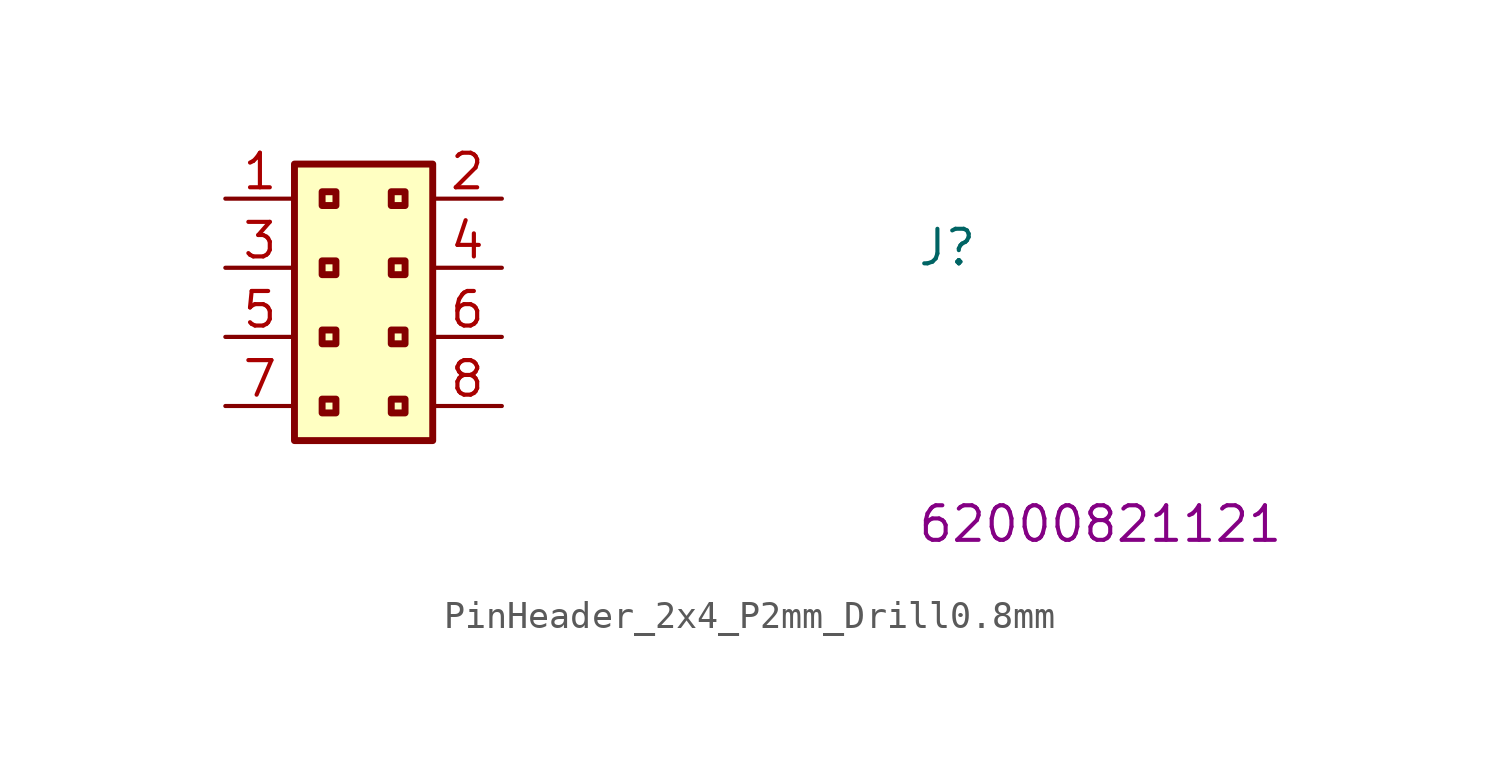
<source format=kicad_sym>
(kicad_symbol_lib
  (version 20220914)
  (generator kicad_symbol_editor)
  (symbol "PinHeader_2x4_P2mm_Drill0.8mm"
    (property "Reference" "J"
      (at 25.4 -2.54 0)
      (effects (font (size 1.27 1.27) (thickness 0.15)) (justify left bottom)))
    (property "MPN" "62000821121"
      (at 25.4 -12.7 0)
      (effects (font (size 1.27 1.27) (thickness 0.15)) (justify left bottom)))
    (symbol "PinHeader_2x4_P2mm_Drill0.8mm_1_1"
      (rectangle (start 2.54 1.27) (end 7.62 -8.89) (stroke (width 0.254) (type default)) (fill (type background)))
      (rectangle (start 3.556 -7.366) (end 4.064 -7.874) (stroke (width 0.254) (type default)) (fill (type background)))
      (rectangle (start 3.556 -4.826) (end 4.064 -5.334) (stroke (width 0.254) (type default)) (fill (type background)))
      (rectangle (start 3.556 -2.286) (end 4.064 -2.794) (stroke (width 0.254) (type default)) (fill (type background)))
      (rectangle (start 3.556 0.254) (end 4.064 -0.254) (stroke (width 0.254) (type default)) (fill (type background)))
      (rectangle (start 6.096 -7.366) (end 6.604 -7.874) (stroke (width 0.254) (type default)) (fill (type background)))
      (rectangle (start 6.096 -4.826) (end 6.604 -5.334) (stroke (width 0.254) (type default)) (fill (type background)))
      (rectangle (start 6.096 -2.286) (end 6.604 -2.794) (stroke (width 0.254) (type default)) (fill (type background)))
      (rectangle (start 6.096 0.254) (end 6.604 -0.254) (stroke (width 0.254) (type default)) (fill (type background)))
      (pin passive line (at 0 0 0) (length 2.54) (name "~" (effects (font (size 1.27 1.27)))) (number "1" (effects (font (size 1.27 1.27)))))
      (pin passive line (at 10.16 0 180) (length 2.54) (name "~" (effects (font (size 1.27 1.27)))) (number "2" (effects (font (size 1.27 1.27)))))
      (pin passive line (at 0 -2.54 0) (length 2.54) (name "~" (effects (font (size 1.27 1.27)))) (number "3" (effects (font (size 1.27 1.27)))))
      (pin passive line (at 10.16 -2.54 180) (length 2.54) (name "~" (effects (font (size 1.27 1.27)))) (number "4" (effects (font (size 1.27 1.27)))))
      (pin passive line (at 0 -5.08 0) (length 2.54) (name "~" (effects (font (size 1.27 1.27)))) (number "5" (effects (font (size 1.27 1.27)))))
      (pin passive line (at 10.16 -5.08 180) (length 2.54) (name "~" (effects (font (size 1.27 1.27)))) (number "6" (effects (font (size 1.27 1.27)))))
      (pin passive line (at 0 -7.62 0) (length 2.54) (name "~" (effects (font (size 1.27 1.27)))) (number "7" (effects (font (size 1.27 1.27)))))
      (pin passive line (at 10.16 -7.62 180) (length 2.54) (name "~" (effects (font (size 1.27 1.27)))) (number "8" (effects (font (size 1.27 1.27))))))))
</source>
